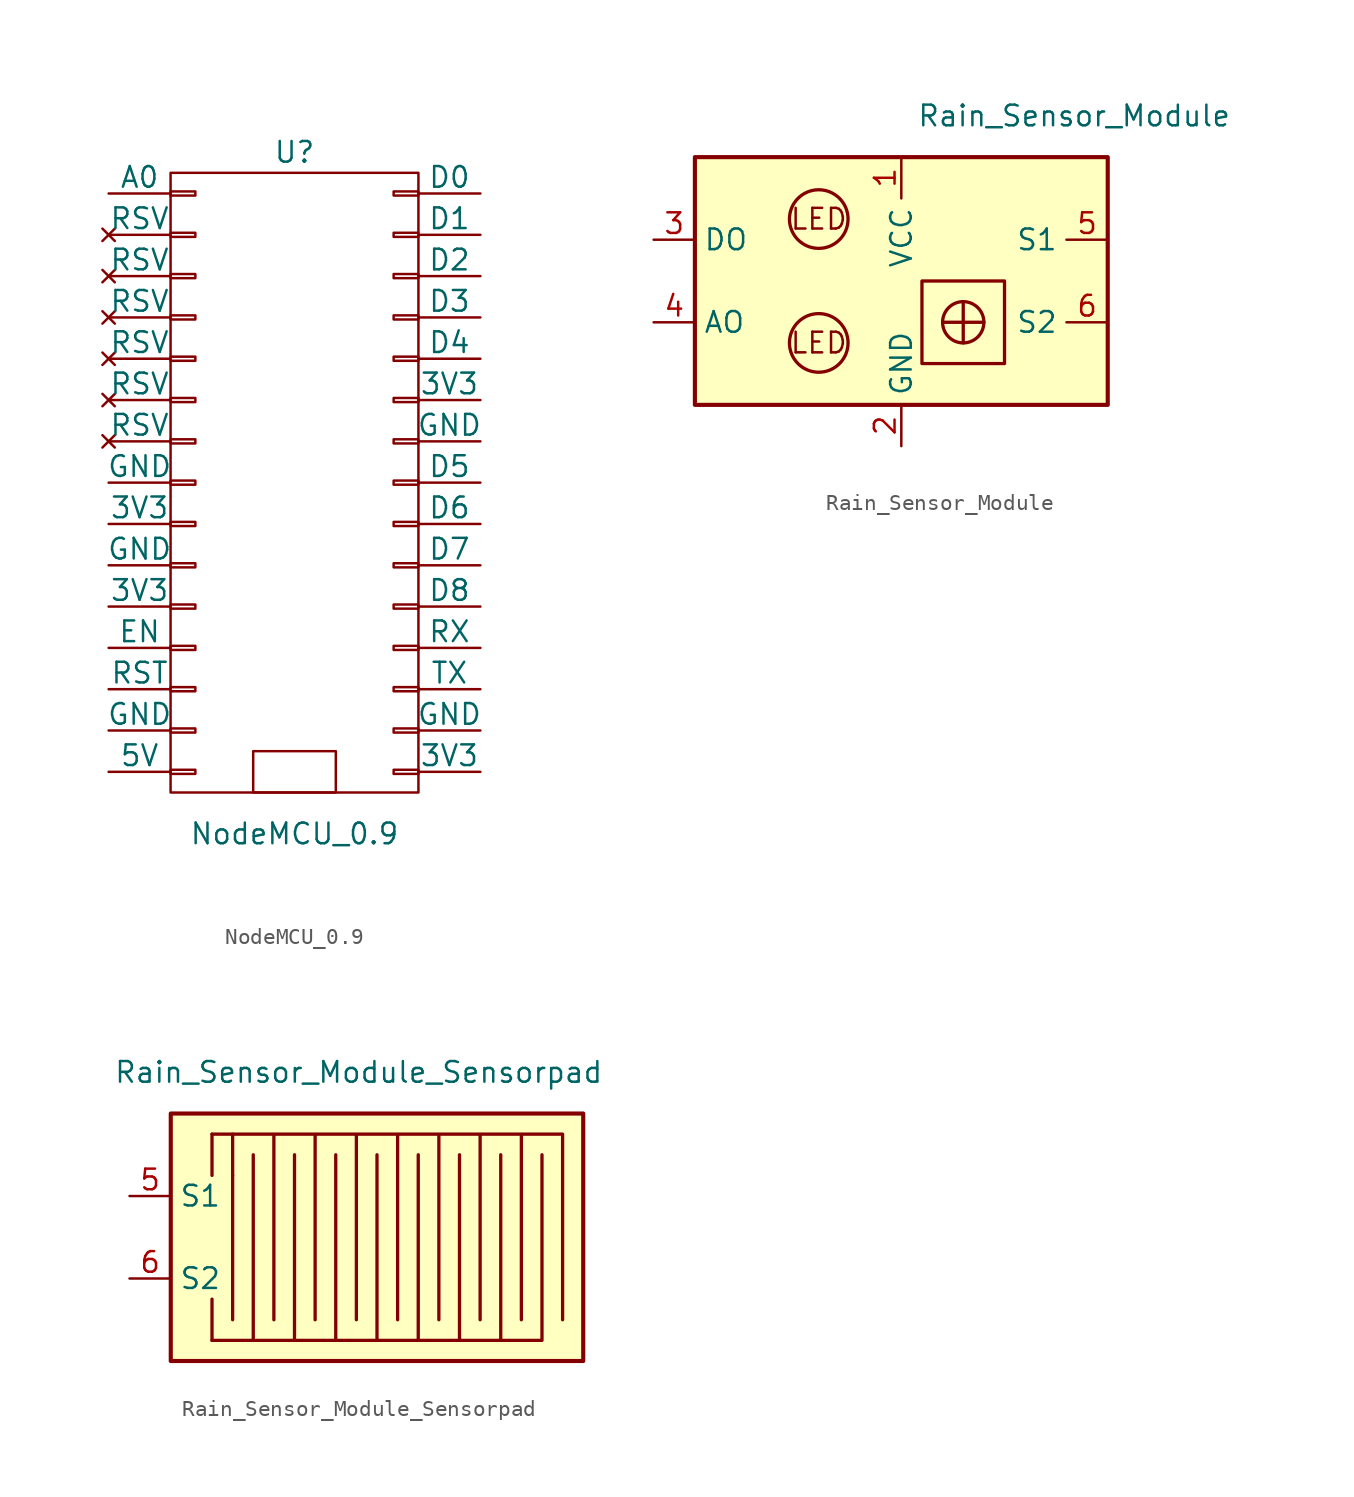
<source format=kicad_sym>
(kicad_symbol_lib
  (version 20211014)
  (generator kicad_symbol_editor)
  (symbol "NodeMCU_0.9"
    (pin_numbers hide)
    (pin_names
      (offset 0))
    (property "Reference" "U"
      (at 0 20.32 0)
      (effects (font (size 1.27 1.27))))
    (property "Value" "NodeMCU_0.9"
      (at 0 -21.59 0)
      (effects (font (size 1.27 1.27))))
    (property "Footprint" ""
      (at 6.35 0 0)
      (effects (font (size 1.27 1.27))))
    (property "Datasheet" ""
      (at 6.35 0 0)
      (effects (font (size 1.27 1.27))))
    (symbol "NodeMCU_0.9_0_1"
      (rectangle (start -7.62 -17.653) (end -6.096 -17.907) (stroke (width 0) (type default) (color 0 0 0 0)) (fill (type none)))
      (rectangle (start -7.62 -15.113) (end -6.096 -15.367) (stroke (width 0) (type default) (color 0 0 0 0)) (fill (type none)))
      (rectangle (start -7.62 -12.573) (end -6.096 -12.827) (stroke (width 0) (type default) (color 0 0 0 0)) (fill (type none)))
      (rectangle (start -7.62 -10.033) (end -6.096 -10.287) (stroke (width 0) (type default) (color 0 0 0 0)) (fill (type none)))
      (rectangle (start -7.62 -7.493) (end -6.096 -7.747) (stroke (width 0) (type default) (color 0 0 0 0)) (fill (type none)))
      (rectangle (start -7.62 -4.953) (end -6.096 -5.207) (stroke (width 0) (type default) (color 0 0 0 0)) (fill (type none)))
      (rectangle (start -7.62 -2.413) (end -6.096 -2.667) (stroke (width 0) (type default) (color 0 0 0 0)) (fill (type none)))
      (rectangle (start -7.62 0.127) (end -6.096 -0.127) (stroke (width 0) (type default) (color 0 0 0 0)) (fill (type none)))
      (rectangle (start -7.62 2.667) (end -6.096 2.413) (stroke (width 0) (type default) (color 0 0 0 0)) (fill (type none)))
      (rectangle (start -7.62 5.207) (end -6.096 4.953) (stroke (width 0) (type default) (color 0 0 0 0)) (fill (type none)))
      (rectangle (start -7.62 7.747) (end -6.096 7.493) (stroke (width 0) (type default) (color 0 0 0 0)) (fill (type none)))
      (rectangle (start -7.62 10.287) (end -6.096 10.033) (stroke (width 0) (type default) (color 0 0 0 0)) (fill (type none)))
      (rectangle (start -7.62 12.827) (end -6.096 12.573) (stroke (width 0) (type default) (color 0 0 0 0)) (fill (type none)))
      (rectangle (start -7.62 15.367) (end -6.096 15.113) (stroke (width 0) (type default) (color 0 0 0 0)) (fill (type none)))
      (rectangle (start -7.62 17.907) (end -6.096 17.653) (stroke (width 0) (type default) (color 0 0 0 0)) (fill (type none)))
      (rectangle (start -7.62 19.05) (end 7.62 -19.05) (stroke (width 0) (type default) (color 0 0 0 0)) (fill (type none)))
      (rectangle (start 2.54 -16.51) (end -2.54 -19.05) (stroke (width 0) (type default) (color 0 0 0 0)) (fill (type none)))
      (rectangle (start 7.62 -17.653) (end 6.096 -17.907) (stroke (width 0) (type default) (color 0 0 0 0)) (fill (type none)))
      (rectangle (start 7.62 -15.113) (end 6.096 -15.367) (stroke (width 0) (type default) (color 0 0 0 0)) (fill (type none)))
      (rectangle (start 7.62 -12.573) (end 6.096 -12.827) (stroke (width 0) (type default) (color 0 0 0 0)) (fill (type none)))
      (rectangle (start 7.62 -10.033) (end 6.096 -10.287) (stroke (width 0) (type default) (color 0 0 0 0)) (fill (type none)))
      (rectangle (start 7.62 -7.493) (end 6.096 -7.747) (stroke (width 0) (type default) (color 0 0 0 0)) (fill (type none)))
      (rectangle (start 7.62 -4.953) (end 6.096 -5.207) (stroke (width 0) (type default) (color 0 0 0 0)) (fill (type none)))
      (rectangle (start 7.62 -2.413) (end 6.096 -2.667) (stroke (width 0) (type default) (color 0 0 0 0)) (fill (type none)))
      (rectangle (start 7.62 0.127) (end 6.096 -0.127) (stroke (width 0) (type default) (color 0 0 0 0)) (fill (type none)))
      (rectangle (start 7.62 2.667) (end 6.096 2.413) (stroke (width 0) (type default) (color 0 0 0 0)) (fill (type none)))
      (rectangle (start 7.62 5.207) (end 6.096 4.953) (stroke (width 0) (type default) (color 0 0 0 0)) (fill (type none)))
      (rectangle (start 7.62 7.747) (end 6.096 7.493) (stroke (width 0) (type default) (color 0 0 0 0)) (fill (type none)))
      (rectangle (start 7.62 10.287) (end 6.096 10.033) (stroke (width 0) (type default) (color 0 0 0 0)) (fill (type none)))
      (rectangle (start 7.62 12.827) (end 6.096 12.573) (stroke (width 0) (type default) (color 0 0 0 0)) (fill (type none)))
      (rectangle (start 7.62 15.367) (end 6.096 15.113) (stroke (width 0) (type default) (color 0 0 0 0)) (fill (type none)))
      (rectangle (start 7.62 17.907) (end 6.096 17.653) (stroke (width 0) (type default) (color 0 0 0 0)) (fill (type none))))
    (symbol "NodeMCU_0.9_1_1"
      (pin bidirectional line (at -11.43 17.78 0) (length 3.81) (name "A0" (effects (font (size 1.27 1.27)))) (number "1" (effects (font (size 1.27 1.27)))))
      (pin power_in line (at -11.43 -5.08 0) (length 3.81) (name "GND" (effects (font (size 1.27 1.27)))) (number "10" (effects (font (size 1.27 1.27)))))
      (pin power_in line (at -11.43 -7.62 0) (length 3.81) (name "3V3" (effects (font (size 1.27 1.27)))) (number "11" (effects (font (size 1.27 1.27)))))
      (pin tri_state line (at -11.43 -10.16 0) (length 3.81) (name "EN" (effects (font (size 1.27 1.27)))) (number "12" (effects (font (size 1.27 1.27)))))
      (pin input line (at -11.43 -12.7 0) (length 3.81) (name "RST" (effects (font (size 1.27 1.27)))) (number "13" (effects (font (size 1.27 1.27)))))
      (pin power_in line (at -11.43 -15.24 0) (length 3.81) (name "GND" (effects (font (size 1.27 1.27)))) (number "14" (effects (font (size 1.27 1.27)))))
      (pin power_in line (at -11.43 -17.78 0) (length 3.81) (name "5V" (effects (font (size 1.27 1.27)))) (number "15" (effects (font (size 1.27 1.27)))))
      (pin power_in line (at 11.43 -17.78 180) (length 3.81) (name "3V3" (effects (font (size 1.27 1.27)))) (number "16" (effects (font (size 1.27 1.27)))))
      (pin power_in line (at 11.43 -15.24 180) (length 3.81) (name "GND" (effects (font (size 1.27 1.27)))) (number "17" (effects (font (size 1.27 1.27)))))
      (pin tri_state line (at 11.43 -12.7 180) (length 3.81) (name "TX" (effects (font (size 1.27 1.27)))) (number "18" (effects (font (size 1.27 1.27)))))
      (pin tri_state line (at 11.43 -10.16 180) (length 3.81) (name "RX" (effects (font (size 1.27 1.27)))) (number "19" (effects (font (size 1.27 1.27)))))
      (pin no_connect line (at -11.43 15.24 0) (length 3.81) (name "RSV" (effects (font (size 1.27 1.27)))) (number "2" (effects (font (size 1.27 1.27)))))
      (pin bidirectional line (at 11.43 -7.62 180) (length 3.81) (name "D8" (effects (font (size 1.27 1.27)))) (number "20" (effects (font (size 1.27 1.27)))))
      (pin bidirectional line (at 11.43 -5.08 180) (length 3.81) (name "D7" (effects (font (size 1.27 1.27)))) (number "21" (effects (font (size 1.27 1.27)))))
      (pin bidirectional line (at 11.43 -2.54 180) (length 3.81) (name "D6" (effects (font (size 1.27 1.27)))) (number "22" (effects (font (size 1.27 1.27)))))
      (pin bidirectional line (at 11.43 0 180) (length 3.81) (name "D5" (effects (font (size 1.27 1.27)))) (number "23" (effects (font (size 1.27 1.27)))))
      (pin power_in line (at 11.43 2.54 180) (length 3.81) (name "GND" (effects (font (size 1.27 1.27)))) (number "24" (effects (font (size 1.27 1.27)))))
      (pin power_in line (at 11.43 5.08 180) (length 3.81) (name "3V3" (effects (font (size 1.27 1.27)))) (number "25" (effects (font (size 1.27 1.27)))))
      (pin bidirectional line (at 11.43 7.62 180) (length 3.81) (name "D4" (effects (font (size 1.27 1.27)))) (number "26" (effects (font (size 1.27 1.27)))))
      (pin bidirectional line (at 11.43 10.16 180) (length 3.81) (name "D3" (effects (font (size 1.27 1.27)))) (number "27" (effects (font (size 1.27 1.27)))))
      (pin bidirectional line (at 11.43 12.7 180) (length 3.81) (name "D2" (effects (font (size 1.27 1.27)))) (number "28" (effects (font (size 1.27 1.27)))))
      (pin bidirectional line (at 11.43 15.24 180) (length 3.81) (name "D1" (effects (font (size 1.27 1.27)))) (number "29" (effects (font (size 1.27 1.27)))))
      (pin no_connect line (at -11.43 12.7 0) (length 3.81) (name "RSV" (effects (font (size 1.27 1.27)))) (number "3" (effects (font (size 1.27 1.27)))))
      (pin bidirectional line (at 11.43 17.78 180) (length 3.81) (name "D0" (effects (font (size 1.27 1.27)))) (number "30" (effects (font (size 1.27 1.27)))))
      (pin no_connect line (at -11.43 10.16 0) (length 3.81) (name "RSV" (effects (font (size 1.27 1.27)))) (number "4" (effects (font (size 1.27 1.27)))))
      (pin no_connect line (at -11.43 7.62 0) (length 3.81) (name "RSV" (effects (font (size 1.27 1.27)))) (number "5" (effects (font (size 1.27 1.27)))))
      (pin no_connect line (at -11.43 5.08 0) (length 3.81) (name "RSV" (effects (font (size 1.27 1.27)))) (number "6" (effects (font (size 1.27 1.27)))))
      (pin no_connect line (at -11.43 2.54 0) (length 3.81) (name "RSV" (effects (font (size 1.27 1.27)))) (number "7" (effects (font (size 1.27 1.27)))))
      (pin power_in line (at -11.43 0 0) (length 3.81) (name "GND" (effects (font (size 1.27 1.27)))) (number "8" (effects (font (size 1.27 1.27)))))
      (pin power_in line (at -11.43 -2.54 0) (length 3.81) (name "3V3" (effects (font (size 1.27 1.27)))) (number "9" (effects (font (size 1.27 1.27)))))))
  (symbol "Rain_Sensor_Module"
    (property "Reference" "U"
      (at -7.62 8.89 0)
      (effects (font (size 1.27 1.27)) (justify right) hide))
    (property "Value" "Rain_Sensor_Module"
      (at 22.86 10.16 0)
      (effects (font (size 1.27 1.27)) (justify right)))
    (symbol "Rain_Sensor_Module_0_0"
      (text "LED" (at -2.54 -3.81 0) (effects (font (size 1.27 1.27))))
      (text "LED" (at -2.54 3.81 0) (effects (font (size 1.27 1.27))))
      (pin bidirectional line (at 15.24 2.54 180) (length 2.54) (name "S1" (effects (font (size 1.27 1.27)))) (number "5" (effects (font (size 1.27 1.27)))))
      (pin bidirectional line (at 15.24 -2.54 180) (length 2.54) (name "S2" (effects (font (size 1.27 1.27)))) (number "6" (effects (font (size 1.27 1.27))))))
    (symbol "Rain_Sensor_Module_0_1"
      (rectangle (start -10.16 7.62) (end 15.24 -7.62) (stroke (width 0.254) (type default) (color 0 0 0 0)) (fill (type background)))
      (circle (center -2.54 -3.81) (radius 1.803) (stroke (width 0.203) (type default) (color 0 0 0 0)) (fill (type none)))
      (circle (center -2.54 3.81) (radius 1.803) (stroke (width 0.203) (type default) (color 0 0 0 0)) (fill (type none)))
      (polyline (pts (xy 5.08 -2.54) (xy 7.62 -2.54)) (stroke (width 0.203) (type default) (color 0 0 0 0)) (fill (type none)))
      (polyline (pts (xy 6.35 -1.27) (xy 6.35 -3.81)) (stroke (width 0.203) (type default) (color 0 0 0 0)) (fill (type none)))
      (rectangle (start 3.81 0) (end 8.89 -5.08) (stroke (width 0.203) (type default) (color 0 0 0 0)) (fill (type none)))
      (circle (center 6.35 -2.54) (radius 1.27) (stroke (width 0.203) (type default) (color 0 0 0 0)) (fill (type none))))
    (symbol "Rain_Sensor_Module_1_1"
      (pin power_in line (at 2.54 7.62 270) (length 2.54) (name "VCC" (effects (font (size 1.27 1.27)))) (number "1" (effects (font (size 1.27 1.27)))))
      (pin power_in line (at 2.54 -10.16 90) (length 2.54) (name "GND" (effects (font (size 1.27 1.27)))) (number "2" (effects (font (size 1.27 1.27)))))
      (pin output line (at -12.7 2.54 0) (length 2.54) (name "DO" (effects (font (size 1.27 1.27)))) (number "3" (effects (font (size 1.27 1.27)))))
      (pin output line (at -12.7 -2.54 0) (length 2.54) (name "AO" (effects (font (size 1.27 1.27)))) (number "4" (effects (font (size 1.27 1.27)))))))
  (symbol "Rain_Sensor_Module_Sensorpad"
    (property "Reference" "U"
      (at -7.62 8.89 0)
      (effects (font (size 1.27 1.27)) (justify right) hide))
    (property "Value" "Rain_Sensor_Module_Sensorpad"
      (at 16.51 10.16 0)
      (effects (font (size 1.27 1.27)) (justify right)))
    (symbol "Rain_Sensor_Module_Sensorpad_0_0"
      (rectangle (start -7.62 -6.35) (end -7.62 -3.81) (stroke (width 0.203) (type default) (color 0 0 0 0)) (fill (type none)))
      (rectangle (start -7.62 6.35) (end -7.62 3.81) (stroke (width 0.203) (type default) (color 0 0 0 0)) (fill (type none)))
      (rectangle (start -6.35 3.81) (end -6.35 -5.08) (stroke (width 0.203) (type default) (color 0 0 0 0)) (fill (type none)))
      (rectangle (start -6.35 6.35) (end -7.62 6.35) (stroke (width 0.203) (type default) (color 0 0 0 0)) (fill (type none)))
      (rectangle (start -5.08 -6.35) (end -7.62 -6.35) (stroke (width 0.203) (type default) (color 0 0 0 0)) (fill (type none)))
      (polyline (pts (xy 12.7 5.08) (xy 12.7 -6.35) (xy 10.16 -6.35) (xy 10.16 5.08) (xy 10.16 -6.35) (xy 7.62 -6.35) (xy 7.62 5.08) (xy 7.62 -6.35) (xy 5.08 -6.35) (xy 5.08 5.08) (xy 5.08 -6.35) (xy 2.54 -6.35) (xy 2.54 5.08) (xy 2.54 -6.35) (xy 0 -6.35) (xy 0 5.08) (xy 0 -6.35) (xy -2.54 -6.35) (xy -2.54 5.08) (xy -2.54 -6.35) (xy -5.08 -6.35) (xy -5.08 5.08)) (stroke (width 0.203) (type default) (color 0 0 0 0)) (fill (type none)))
      (polyline (pts (xy -6.35 3.81) (xy -6.35 6.35) (xy -3.81 6.35) (xy -3.81 -5.08) (xy -3.81 6.35) (xy -1.27 6.35) (xy -1.27 -5.08) (xy -1.27 6.35) (xy 1.27 6.35) (xy 1.27 -5.08) (xy 1.27 6.35) (xy 3.81 6.35) (xy 3.81 -5.08) (xy 3.81 6.35) (xy 6.35 6.35) (xy 6.35 -5.08) (xy 6.35 6.35) (xy 8.89 6.35) (xy 8.89 -5.08) (xy 8.89 6.35) (xy 11.43 6.35) (xy 11.43 -5.08) (xy 11.43 6.35) (xy 13.97 6.35) (xy 13.97 -5.08)) (stroke (width 0.203) (type default) (color 0 0 0 0)) (fill (type none)))
      (pin bidirectional line (at -12.7 2.54 0) (length 2.54) (name "S1" (effects (font (size 1.27 1.27)))) (number "5" (effects (font (size 1.27 1.27)))))
      (pin bidirectional line (at -12.7 -2.54 0) (length 2.54) (name "S2" (effects (font (size 1.27 1.27)))) (number "6" (effects (font (size 1.27 1.27))))))
    (symbol "Rain_Sensor_Module_Sensorpad_0_1"
      (rectangle (start -10.16 7.62) (end 15.24 -7.62) (stroke (width 0.254) (type default) (color 0 0 0 0)) (fill (type background))))))
</source>
